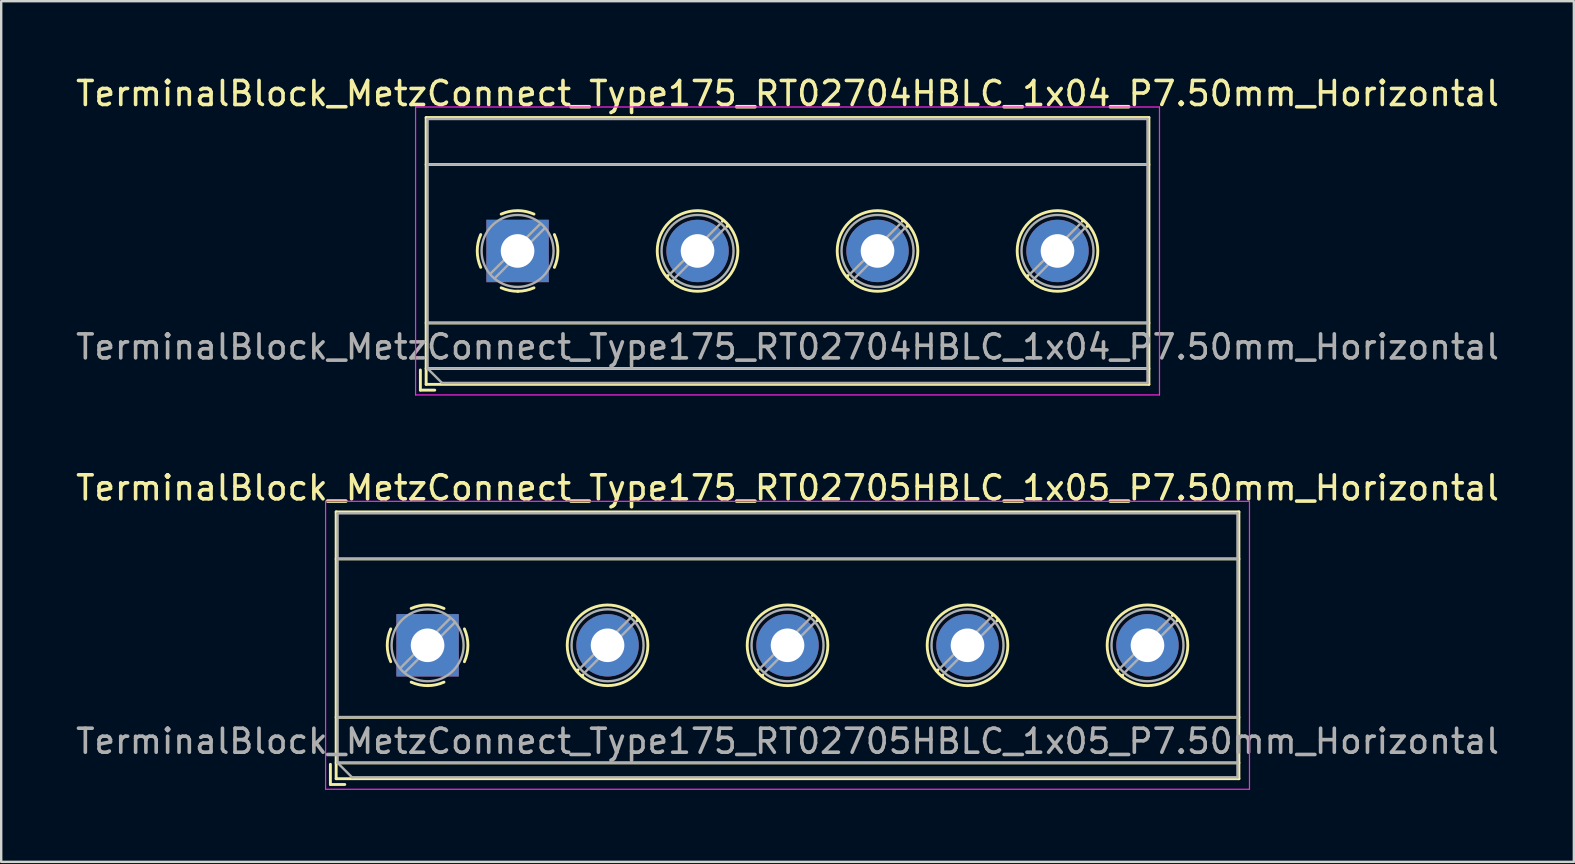
<source format=kicad_pcb>
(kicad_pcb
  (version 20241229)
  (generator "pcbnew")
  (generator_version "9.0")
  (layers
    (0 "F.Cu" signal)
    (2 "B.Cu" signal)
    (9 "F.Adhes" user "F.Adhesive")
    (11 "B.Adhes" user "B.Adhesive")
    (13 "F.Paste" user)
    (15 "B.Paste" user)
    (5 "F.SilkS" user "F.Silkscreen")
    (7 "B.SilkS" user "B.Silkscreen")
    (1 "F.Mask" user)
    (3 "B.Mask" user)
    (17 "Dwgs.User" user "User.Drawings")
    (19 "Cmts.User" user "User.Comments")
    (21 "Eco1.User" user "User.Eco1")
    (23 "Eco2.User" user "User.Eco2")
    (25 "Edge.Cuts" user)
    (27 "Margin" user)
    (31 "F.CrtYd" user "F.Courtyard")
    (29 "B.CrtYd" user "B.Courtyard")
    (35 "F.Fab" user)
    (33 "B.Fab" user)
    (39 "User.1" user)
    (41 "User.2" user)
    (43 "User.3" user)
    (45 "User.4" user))
  (footprint "TerminalBlock_MetzConnect_Type175_RT02705HBLC_1x05_P7.50mm_Horizontal"
    (layer "F.Cu")
    (at 14.768 23.841)
    (property "Reference" "TerminalBlock_MetzConnect_Type175_RT02705HBLC_1x05_P7.50mm_Horizontal" (at 15 -6.56 0) (layer "F.SilkS") (effects (font (size 1 1) (thickness 0.15))))
    (attr through_hole)
    (fp_line (start -4.05 4.96) (end -4.05 5.8) (stroke (width 0.12) (type solid)) (layer "F.SilkS"))
    (fp_line (start -4.05 5.8) (end -3.45 5.8) (stroke (width 0.12) (type solid)) (layer "F.SilkS"))
    (fp_line (start -3.81 -5.56) (end -3.81 5.56) (stroke (width 0.12) (type solid)) (layer "F.SilkS"))
    (fp_line (start -3.81 -5.56) (end 33.81 -5.56) (stroke (width 0.12) (type solid)) (layer "F.SilkS"))
    (fp_line (start -3.81 -3.6) (end 33.81 -3.6) (stroke (width 0.12) (type solid)) (layer "F.SilkS"))
    (fp_line (start -3.81 3) (end 33.81 3) (stroke (width 0.12) (type solid)) (layer "F.SilkS"))
    (fp_line (start -3.81 4.9) (end 33.81 4.9) (stroke (width 0.12) (type solid)) (layer "F.SilkS"))
    (fp_line (start -3.81 5.56) (end 33.81 5.56) (stroke (width 0.12) (type solid)) (layer "F.SilkS"))
    (fp_line (start 6.273 1.023) (end 6.226 1.069) (stroke (width 0.12) (type solid)) (layer "F.SilkS"))
    (fp_line (start 6.466 1.239) (end 6.431 1.274) (stroke (width 0.12) (type solid)) (layer "F.SilkS"))
    (fp_line (start 8.57 -1.275) (end 8.535 -1.239) (stroke (width 0.12) (type solid)) (layer "F.SilkS"))
    (fp_line (start 8.775 -1.069) (end 8.728 -1.023) (stroke (width 0.12) (type solid)) (layer "F.SilkS"))
    (fp_line (start 13.773 1.023) (end 13.726 1.069) (stroke (width 0.12) (type solid)) (layer "F.SilkS"))
    (fp_line (start 13.966 1.239) (end 13.931 1.274) (stroke (width 0.12) (type solid)) (layer "F.SilkS"))
    (fp_line (start 16.07 -1.275) (end 16.035 -1.239) (stroke (width 0.12) (type solid)) (layer "F.SilkS"))
    (fp_line (start 16.275 -1.069) (end 16.228 -1.023) (stroke (width 0.12) (type solid)) (layer "F.SilkS"))
    (fp_line (start 21.273 1.023) (end 21.226 1.069) (stroke (width 0.12) (type solid)) (layer "F.SilkS"))
    (fp_line (start 21.466 1.239) (end 21.431 1.274) (stroke (width 0.12) (type solid)) (layer "F.SilkS"))
    (fp_line (start 23.57 -1.275) (end 23.535 -1.239) (stroke (width 0.12) (type solid)) (layer "F.SilkS"))
    (fp_line (start 23.775 -1.069) (end 23.728 -1.023) (stroke (width 0.12) (type solid)) (layer "F.SilkS"))
    (fp_line (start 28.773 1.023) (end 28.726 1.069) (stroke (width 0.12) (type solid)) (layer "F.SilkS"))
    (fp_line (start 28.966 1.239) (end 28.931 1.274) (stroke (width 0.12) (type solid)) (layer "F.SilkS"))
    (fp_line (start 31.07 -1.275) (end 31.035 -1.239) (stroke (width 0.12) (type solid)) (layer "F.SilkS"))
    (fp_line (start 31.275 -1.069) (end 31.228 -1.023) (stroke (width 0.12) (type solid)) (layer "F.SilkS"))
    (fp_line (start 33.81 -5.56) (end 33.81 5.56) (stroke (width 0.12) (type solid)) (layer "F.SilkS"))
    (fp_arc (start -1.535427 0.683042) (mid -1.680501 -0.000524) (end -1.535 -0.684) (stroke (width 0.12) (type solid)) (layer "F.SilkS"))
    (fp_arc (start -0.683042 -1.535427) (mid 0.000524 -1.680501) (end 0.684 -1.535) (stroke (width 0.12) (type solid)) (layer "F.SilkS"))
    (fp_arc (start 0.028805 1.680253) (mid -0.335551 1.646659) (end -0.684 1.535) (stroke (width 0.12) (type solid)) (layer "F.SilkS"))
    (fp_arc (start 0.683318 1.534756) (mid 0.349292 1.643288) (end 0 1.68) (stroke (width 0.12) (type solid)) (layer "F.SilkS"))
    (fp_arc (start 1.535427 -0.683042) (mid 1.680501 0.000524) (end 1.535 0.684) (stroke (width 0.12) (type solid)) (layer "F.SilkS"))
    (fp_circle (center 7.5 0) (end 9.18 0) (stroke (width 0.12) (type solid)) (fill no) (layer "F.SilkS"))
    (fp_circle (center 15 0) (end 16.68 0) (stroke (width 0.12) (type solid)) (fill no) (layer "F.SilkS"))
    (fp_circle (center 22.5 0) (end 24.18 0) (stroke (width 0.12) (type solid)) (fill no) (layer "F.SilkS"))
    (fp_circle (center 30 0) (end 31.68 0) (stroke (width 0.12) (type solid)) (fill no) (layer "F.SilkS"))
    (fp_line (start -4.25 -6) (end -4.25 6) (stroke (width 0.05) (type solid)) (layer "F.CrtYd"))
    (fp_line (start -4.25 6) (end 34.25 6) (stroke (width 0.05) (type solid)) (layer "F.CrtYd"))
    (fp_line (start 34.25 -6) (end -4.25 -6) (stroke (width 0.05) (type solid)) (layer "F.CrtYd"))
    (fp_line (start 34.25 6) (end 34.25 -6) (stroke (width 0.05) (type solid)) (layer "F.CrtYd"))
    (fp_line (start -3.75 -5.5) (end 33.75 -5.5) (stroke (width 0.1) (type solid)) (layer "F.Fab"))
    (fp_line (start -3.75 -3.6) (end 33.75 -3.6) (stroke (width 0.1) (type solid)) (layer "F.Fab"))
    (fp_line (start -3.75 3) (end 33.75 3) (stroke (width 0.1) (type solid)) (layer "F.Fab"))
    (fp_line (start -3.75 4.9) (end -3.75 -5.5) (stroke (width 0.1) (type solid)) (layer "F.Fab"))
    (fp_line (start -3.75 4.9) (end 33.75 4.9) (stroke (width 0.1) (type solid)) (layer "F.Fab"))
    (fp_line (start -3.15 5.5) (end -3.75 4.9) (stroke (width 0.1) (type solid)) (layer "F.Fab"))
    (fp_line (start 0.955 -1.138) (end -1.138 0.955) (stroke (width 0.1) (type solid)) (layer "F.Fab"))
    (fp_line (start 1.138 -0.955) (end -0.955 1.138) (stroke (width 0.1) (type solid)) (layer "F.Fab"))
    (fp_line (start 8.455 -1.138) (end 6.363 0.955) (stroke (width 0.1) (type solid)) (layer "F.Fab"))
    (fp_line (start 8.638 -0.955) (end 6.546 1.138) (stroke (width 0.1) (type solid)) (layer "F.Fab"))
    (fp_line (start 15.955 -1.138) (end 13.863 0.955) (stroke (width 0.1) (type solid)) (layer "F.Fab"))
    (fp_line (start 16.138 -0.955) (end 14.046 1.138) (stroke (width 0.1) (type solid)) (layer "F.Fab"))
    (fp_line (start 23.455 -1.138) (end 21.363 0.955) (stroke (width 0.1) (type solid)) (layer "F.Fab"))
    (fp_line (start 23.638 -0.955) (end 21.546 1.138) (stroke (width 0.1) (type solid)) (layer "F.Fab"))
    (fp_line (start 30.955 -1.138) (end 28.863 0.955) (stroke (width 0.1) (type solid)) (layer "F.Fab"))
    (fp_line (start 31.138 -0.955) (end 29.046 1.138) (stroke (width 0.1) (type solid)) (layer "F.Fab"))
    (fp_line (start 33.75 -5.5) (end 33.75 5.5) (stroke (width 0.1) (type solid)) (layer "F.Fab"))
    (fp_line (start 33.75 5.5) (end -3.15 5.5) (stroke (width 0.1) (type solid)) (layer "F.Fab"))
    (fp_circle (center 0 0) (end 1.5 0) (stroke (width 0.1) (type solid)) (fill no) (layer "F.Fab"))
    (fp_circle (center 7.5 0) (end 9 0) (stroke (width 0.1) (type solid)) (fill no) (layer "F.Fab"))
    (fp_circle (center 15 0) (end 16.5 0) (stroke (width 0.1) (type solid)) (fill no) (layer "F.Fab"))
    (fp_circle (center 22.5 0) (end 24 0) (stroke (width 0.1) (type solid)) (fill no) (layer "F.Fab"))
    (fp_circle (center 30 0) (end 31.5 0) (stroke (width 0.1) (type solid)) (fill no) (layer "F.Fab"))
    (fp_text user "${REFERENCE}" (at 15 4 0) (layer "F.Fab") (effects (font (size 1 1) (thickness 0.15))))
    (pad "1" thru_hole rect (at 0 0) (size 2.6 2.6) (drill 1.4) (layers "*.Cu" "*.Mask"))
    (pad "2" thru_hole circle (at 7.5 0) (size 2.6 2.6) (drill 1.4) (layers "*.Cu" "*.Mask"))
    (pad "3" thru_hole circle (at 15 0) (size 2.6 2.6) (drill 1.4) (layers "*.Cu" "*.Mask"))
    (pad "4" thru_hole circle (at 22.5 0) (size 2.6 2.6) (drill 1.4) (layers "*.Cu" "*.Mask"))
    (pad "5" thru_hole circle (at 30 0) (size 2.6 2.6) (drill 1.4) (layers "*.Cu" "*.Mask")))
  (footprint "TerminalBlock_MetzConnect_Type175_RT02704HBLC_1x04_P7.50mm_Horizontal"
    (layer "F.Cu")
    (at 18.518 7.408)
    (property "Reference" "TerminalBlock_MetzConnect_Type175_RT02704HBLC_1x04_P7.50mm_Horizontal" (at 11.25 -6.56 0) (layer "F.SilkS") (effects (font (size 1 1) (thickness 0.15))))
    (attr through_hole)
    (fp_line (start -4.05 4.96) (end -4.05 5.8) (stroke (width 0.12) (type solid)) (layer "F.SilkS"))
    (fp_line (start -4.05 5.8) (end -3.45 5.8) (stroke (width 0.12) (type solid)) (layer "F.SilkS"))
    (fp_line (start -3.81 -5.56) (end -3.81 5.56) (stroke (width 0.12) (type solid)) (layer "F.SilkS"))
    (fp_line (start -3.81 -5.56) (end 26.31 -5.56) (stroke (width 0.12) (type solid)) (layer "F.SilkS"))
    (fp_line (start -3.81 -3.6) (end 26.31 -3.6) (stroke (width 0.12) (type solid)) (layer "F.SilkS"))
    (fp_line (start -3.81 3) (end 26.31 3) (stroke (width 0.12) (type solid)) (layer "F.SilkS"))
    (fp_line (start -3.81 4.9) (end 26.31 4.9) (stroke (width 0.12) (type solid)) (layer "F.SilkS"))
    (fp_line (start -3.81 5.56) (end 26.31 5.56) (stroke (width 0.12) (type solid)) (layer "F.SilkS"))
    (fp_line (start 6.273 1.023) (end 6.226 1.069) (stroke (width 0.12) (type solid)) (layer "F.SilkS"))
    (fp_line (start 6.466 1.239) (end 6.431 1.274) (stroke (width 0.12) (type solid)) (layer "F.SilkS"))
    (fp_line (start 8.57 -1.275) (end 8.535 -1.239) (stroke (width 0.12) (type solid)) (layer "F.SilkS"))
    (fp_line (start 8.775 -1.069) (end 8.728 -1.023) (stroke (width 0.12) (type solid)) (layer "F.SilkS"))
    (fp_line (start 13.773 1.023) (end 13.726 1.069) (stroke (width 0.12) (type solid)) (layer "F.SilkS"))
    (fp_line (start 13.966 1.239) (end 13.931 1.274) (stroke (width 0.12) (type solid)) (layer "F.SilkS"))
    (fp_line (start 16.07 -1.275) (end 16.035 -1.239) (stroke (width 0.12) (type solid)) (layer "F.SilkS"))
    (fp_line (start 16.275 -1.069) (end 16.228 -1.023) (stroke (width 0.12) (type solid)) (layer "F.SilkS"))
    (fp_line (start 21.273 1.023) (end 21.226 1.069) (stroke (width 0.12) (type solid)) (layer "F.SilkS"))
    (fp_line (start 21.466 1.239) (end 21.431 1.274) (stroke (width 0.12) (type solid)) (layer "F.SilkS"))
    (fp_line (start 23.57 -1.275) (end 23.535 -1.239) (stroke (width 0.12) (type solid)) (layer "F.SilkS"))
    (fp_line (start 23.775 -1.069) (end 23.728 -1.023) (stroke (width 0.12) (type solid)) (layer "F.SilkS"))
    (fp_line (start 26.31 -5.56) (end 26.31 5.56) (stroke (width 0.12) (type solid)) (layer "F.SilkS"))
    (fp_arc (start -1.535427 0.683042) (mid -1.680501 -0.000524) (end -1.535 -0.684) (stroke (width 0.12) (type solid)) (layer "F.SilkS"))
    (fp_arc (start -0.683042 -1.535427) (mid 0.000524 -1.680501) (end 0.684 -1.535) (stroke (width 0.12) (type solid)) (layer "F.SilkS"))
    (fp_arc (start 0.028805 1.680253) (mid -0.335551 1.646659) (end -0.684 1.535) (stroke (width 0.12) (type solid)) (layer "F.SilkS"))
    (fp_arc (start 0.683318 1.534756) (mid 0.349292 1.643288) (end 0 1.68) (stroke (width 0.12) (type solid)) (layer "F.SilkS"))
    (fp_arc (start 1.535427 -0.683042) (mid 1.680501 0.000524) (end 1.535 0.684) (stroke (width 0.12) (type solid)) (layer "F.SilkS"))
    (fp_circle (center 7.5 0) (end 9.18 0) (stroke (width 0.12) (type solid)) (fill no) (layer "F.SilkS"))
    (fp_circle (center 15 0) (end 16.68 0) (stroke (width 0.12) (type solid)) (fill no) (layer "F.SilkS"))
    (fp_circle (center 22.5 0) (end 24.18 0) (stroke (width 0.12) (type solid)) (fill no) (layer "F.SilkS"))
    (fp_line (start -4.25 -6) (end -4.25 6) (stroke (width 0.05) (type solid)) (layer "F.CrtYd"))
    (fp_line (start -4.25 6) (end 26.75 6) (stroke (width 0.05) (type solid)) (layer "F.CrtYd"))
    (fp_line (start 26.75 -6) (end -4.25 -6) (stroke (width 0.05) (type solid)) (layer "F.CrtYd"))
    (fp_line (start 26.75 6) (end 26.75 -6) (stroke (width 0.05) (type solid)) (layer "F.CrtYd"))
    (fp_line (start -3.75 -5.5) (end 26.25 -5.5) (stroke (width 0.1) (type solid)) (layer "F.Fab"))
    (fp_line (start -3.75 -3.6) (end 26.25 -3.6) (stroke (width 0.1) (type solid)) (layer "F.Fab"))
    (fp_line (start -3.75 3) (end 26.25 3) (stroke (width 0.1) (type solid)) (layer "F.Fab"))
    (fp_line (start -3.75 4.9) (end -3.75 -5.5) (stroke (width 0.1) (type solid)) (layer "F.Fab"))
    (fp_line (start -3.75 4.9) (end 26.25 4.9) (stroke (width 0.1) (type solid)) (layer "F.Fab"))
    (fp_line (start -3.15 5.5) (end -3.75 4.9) (stroke (width 0.1) (type solid)) (layer "F.Fab"))
    (fp_line (start 0.955 -1.138) (end -1.138 0.955) (stroke (width 0.1) (type solid)) (layer "F.Fab"))
    (fp_line (start 1.138 -0.955) (end -0.955 1.138) (stroke (width 0.1) (type solid)) (layer "F.Fab"))
    (fp_line (start 8.455 -1.138) (end 6.363 0.955) (stroke (width 0.1) (type solid)) (layer "F.Fab"))
    (fp_line (start 8.638 -0.955) (end 6.546 1.138) (stroke (width 0.1) (type solid)) (layer "F.Fab"))
    (fp_line (start 15.955 -1.138) (end 13.863 0.955) (stroke (width 0.1) (type solid)) (layer "F.Fab"))
    (fp_line (start 16.138 -0.955) (end 14.046 1.138) (stroke (width 0.1) (type solid)) (layer "F.Fab"))
    (fp_line (start 23.455 -1.138) (end 21.363 0.955) (stroke (width 0.1) (type solid)) (layer "F.Fab"))
    (fp_line (start 23.638 -0.955) (end 21.546 1.138) (stroke (width 0.1) (type solid)) (layer "F.Fab"))
    (fp_line (start 26.25 -5.5) (end 26.25 5.5) (stroke (width 0.1) (type solid)) (layer "F.Fab"))
    (fp_line (start 26.25 5.5) (end -3.15 5.5) (stroke (width 0.1) (type solid)) (layer "F.Fab"))
    (fp_circle (center 0 0) (end 1.5 0) (stroke (width 0.1) (type solid)) (fill no) (layer "F.Fab"))
    (fp_circle (center 7.5 0) (end 9 0) (stroke (width 0.1) (type solid)) (fill no) (layer "F.Fab"))
    (fp_circle (center 15 0) (end 16.5 0) (stroke (width 0.1) (type solid)) (fill no) (layer "F.Fab"))
    (fp_circle (center 22.5 0) (end 24 0) (stroke (width 0.1) (type solid)) (fill no) (layer "F.Fab"))
    (fp_text user "${REFERENCE}" (at 11.25 4 0) (layer "F.Fab") (effects (font (size 1 1) (thickness 0.15))))
    (pad "1" thru_hole rect (at 0 0) (size 2.6 2.6) (drill 1.4) (layers "*.Cu" "*.Mask"))
    (pad "2" thru_hole circle (at 7.5 0) (size 2.6 2.6) (drill 1.4) (layers "*.Cu" "*.Mask"))
    (pad "3" thru_hole circle (at 15 0) (size 2.6 2.6) (drill 1.4) (layers "*.Cu" "*.Mask"))
    (pad "4" thru_hole circle (at 22.5 0) (size 2.6 2.6) (drill 1.4) (layers "*.Cu" "*.Mask")))
  (gr_rect
    (start -3 -3)
    (end 62.536 32.867)
    (stroke (width 0.1) (type default))
    (fill no)
    (layer "Edge.Cuts")))
</source>
